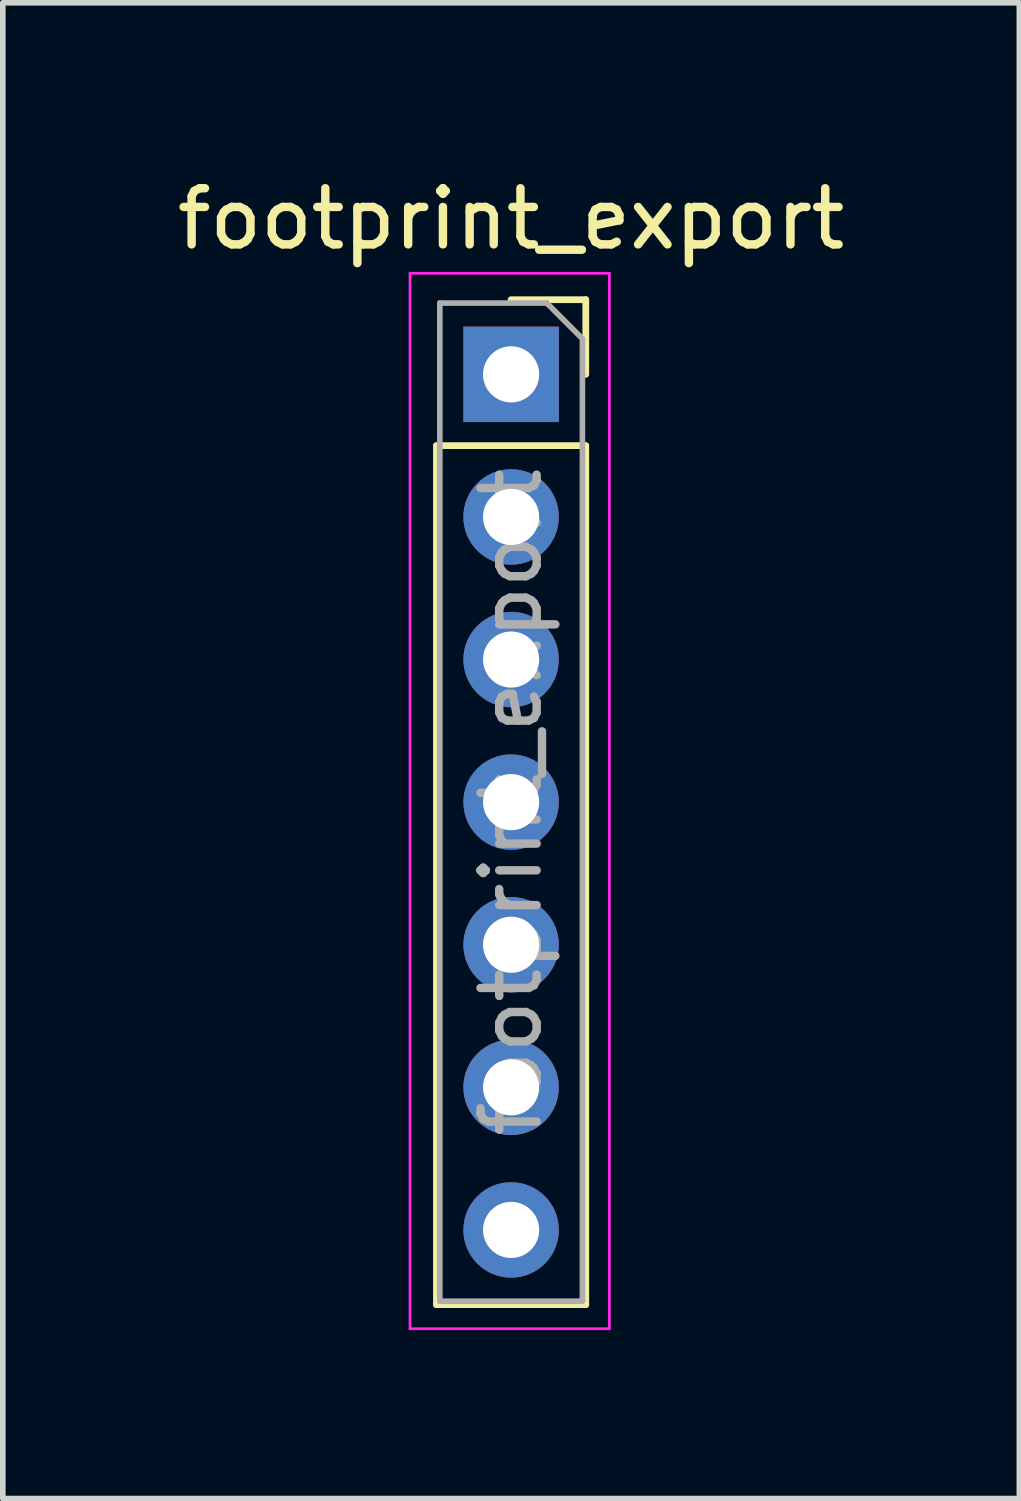
<source format=kicad_pcb>
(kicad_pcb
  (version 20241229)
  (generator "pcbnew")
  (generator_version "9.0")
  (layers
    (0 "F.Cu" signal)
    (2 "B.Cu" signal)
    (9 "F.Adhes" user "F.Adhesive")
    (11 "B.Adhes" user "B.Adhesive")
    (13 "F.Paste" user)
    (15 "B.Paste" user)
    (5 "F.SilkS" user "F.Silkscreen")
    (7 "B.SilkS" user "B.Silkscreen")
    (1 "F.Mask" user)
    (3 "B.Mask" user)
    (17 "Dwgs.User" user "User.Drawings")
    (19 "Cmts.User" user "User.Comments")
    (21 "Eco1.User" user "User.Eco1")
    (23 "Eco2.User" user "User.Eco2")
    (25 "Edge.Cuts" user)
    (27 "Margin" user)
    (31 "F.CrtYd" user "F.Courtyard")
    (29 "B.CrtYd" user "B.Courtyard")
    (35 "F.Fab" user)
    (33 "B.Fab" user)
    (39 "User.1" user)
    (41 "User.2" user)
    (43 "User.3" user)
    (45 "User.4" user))
  (footprint "footprint_export"
    (layer "F.Cu")
    (at 6.054 3.618)
    (property "Reference" "footprint_export" (at 0 -2.77 0) (layer "F.SilkS") (effects (font (size 1 1) (thickness 0.15))))
    (attr through_hole)
    (fp_line (start -1.33 1.27) (end -1.33 16.57) (stroke (width 0.12) (type solid)) (layer "F.SilkS"))
    (fp_line (start -1.33 1.27) (end 1.33 1.27) (stroke (width 0.12) (type solid)) (layer "F.SilkS"))
    (fp_line (start -1.33 16.57) (end 1.33 16.57) (stroke (width 0.12) (type solid)) (layer "F.SilkS"))
    (fp_line (start 0 -1.33) (end 1.33 -1.33) (stroke (width 0.12) (type solid)) (layer "F.SilkS"))
    (fp_line (start 1.33 -1.33) (end 1.33 0) (stroke (width 0.12) (type solid)) (layer "F.SilkS"))
    (fp_line (start 1.33 1.27) (end 1.33 16.57) (stroke (width 0.12) (type solid)) (layer "F.SilkS"))
    (fp_line (start -1.8 -1.8) (end 1.75 -1.8) (stroke (width 0.05) (type solid)) (layer "F.CrtYd"))
    (fp_line (start -1.8 17) (end -1.8 -1.8) (stroke (width 0.05) (type solid)) (layer "F.CrtYd"))
    (fp_line (start 1.75 -1.8) (end 1.75 17) (stroke (width 0.05) (type solid)) (layer "F.CrtYd"))
    (fp_line (start 1.75 17) (end -1.8 17) (stroke (width 0.05) (type solid)) (layer "F.CrtYd"))
    (fp_line (start -1.27 -1.27) (end 0.635 -1.27) (stroke (width 0.1) (type solid)) (layer "F.Fab"))
    (fp_line (start -1.27 16.51) (end -1.27 -1.27) (stroke (width 0.1) (type solid)) (layer "F.Fab"))
    (fp_line (start 0.635 -1.27) (end 1.27 -0.635) (stroke (width 0.1) (type solid)) (layer "F.Fab"))
    (fp_line (start 1.27 -0.635) (end 1.27 16.51) (stroke (width 0.1) (type solid)) (layer "F.Fab"))
    (fp_line (start 1.27 16.51) (end -1.27 16.51) (stroke (width 0.1) (type solid)) (layer "F.Fab"))
    (fp_text user "${REFERENCE}" (at 0 7.62 90) (layer "F.Fab") (effects (font (size 1 1) (thickness 0.15))))
    (pad "1" thru_hole rect (at 0 0) (size 1.7 1.7) (drill 1) (layers "*.Cu" "*.Mask"))
    (pad "2" thru_hole oval (at 0 2.54) (size 1.7 1.7) (drill 1) (layers "*.Cu" "*.Mask"))
    (pad "3" thru_hole oval (at 0 5.08) (size 1.7 1.7) (drill 1) (layers "*.Cu" "*.Mask"))
    (pad "4" thru_hole oval (at 0 7.62) (size 1.7 1.7) (drill 1) (layers "*.Cu" "*.Mask"))
    (pad "5" thru_hole oval (at 0 10.16) (size 1.7 1.7) (drill 1) (layers "*.Cu" "*.Mask"))
    (pad "6" thru_hole oval (at 0 12.7) (size 1.7 1.7) (drill 1) (layers "*.Cu" "*.Mask"))
    (pad "7" thru_hole oval (at 0 15.24) (size 1.7 1.7) (drill 1) (layers "*.Cu" "*.Mask")))
  (gr_rect
    (start -3 -3)
    (end 15.107 23.643)
    (stroke (width 0.1) (type default))
    (fill no)
    (layer "Edge.Cuts")))
</source>
